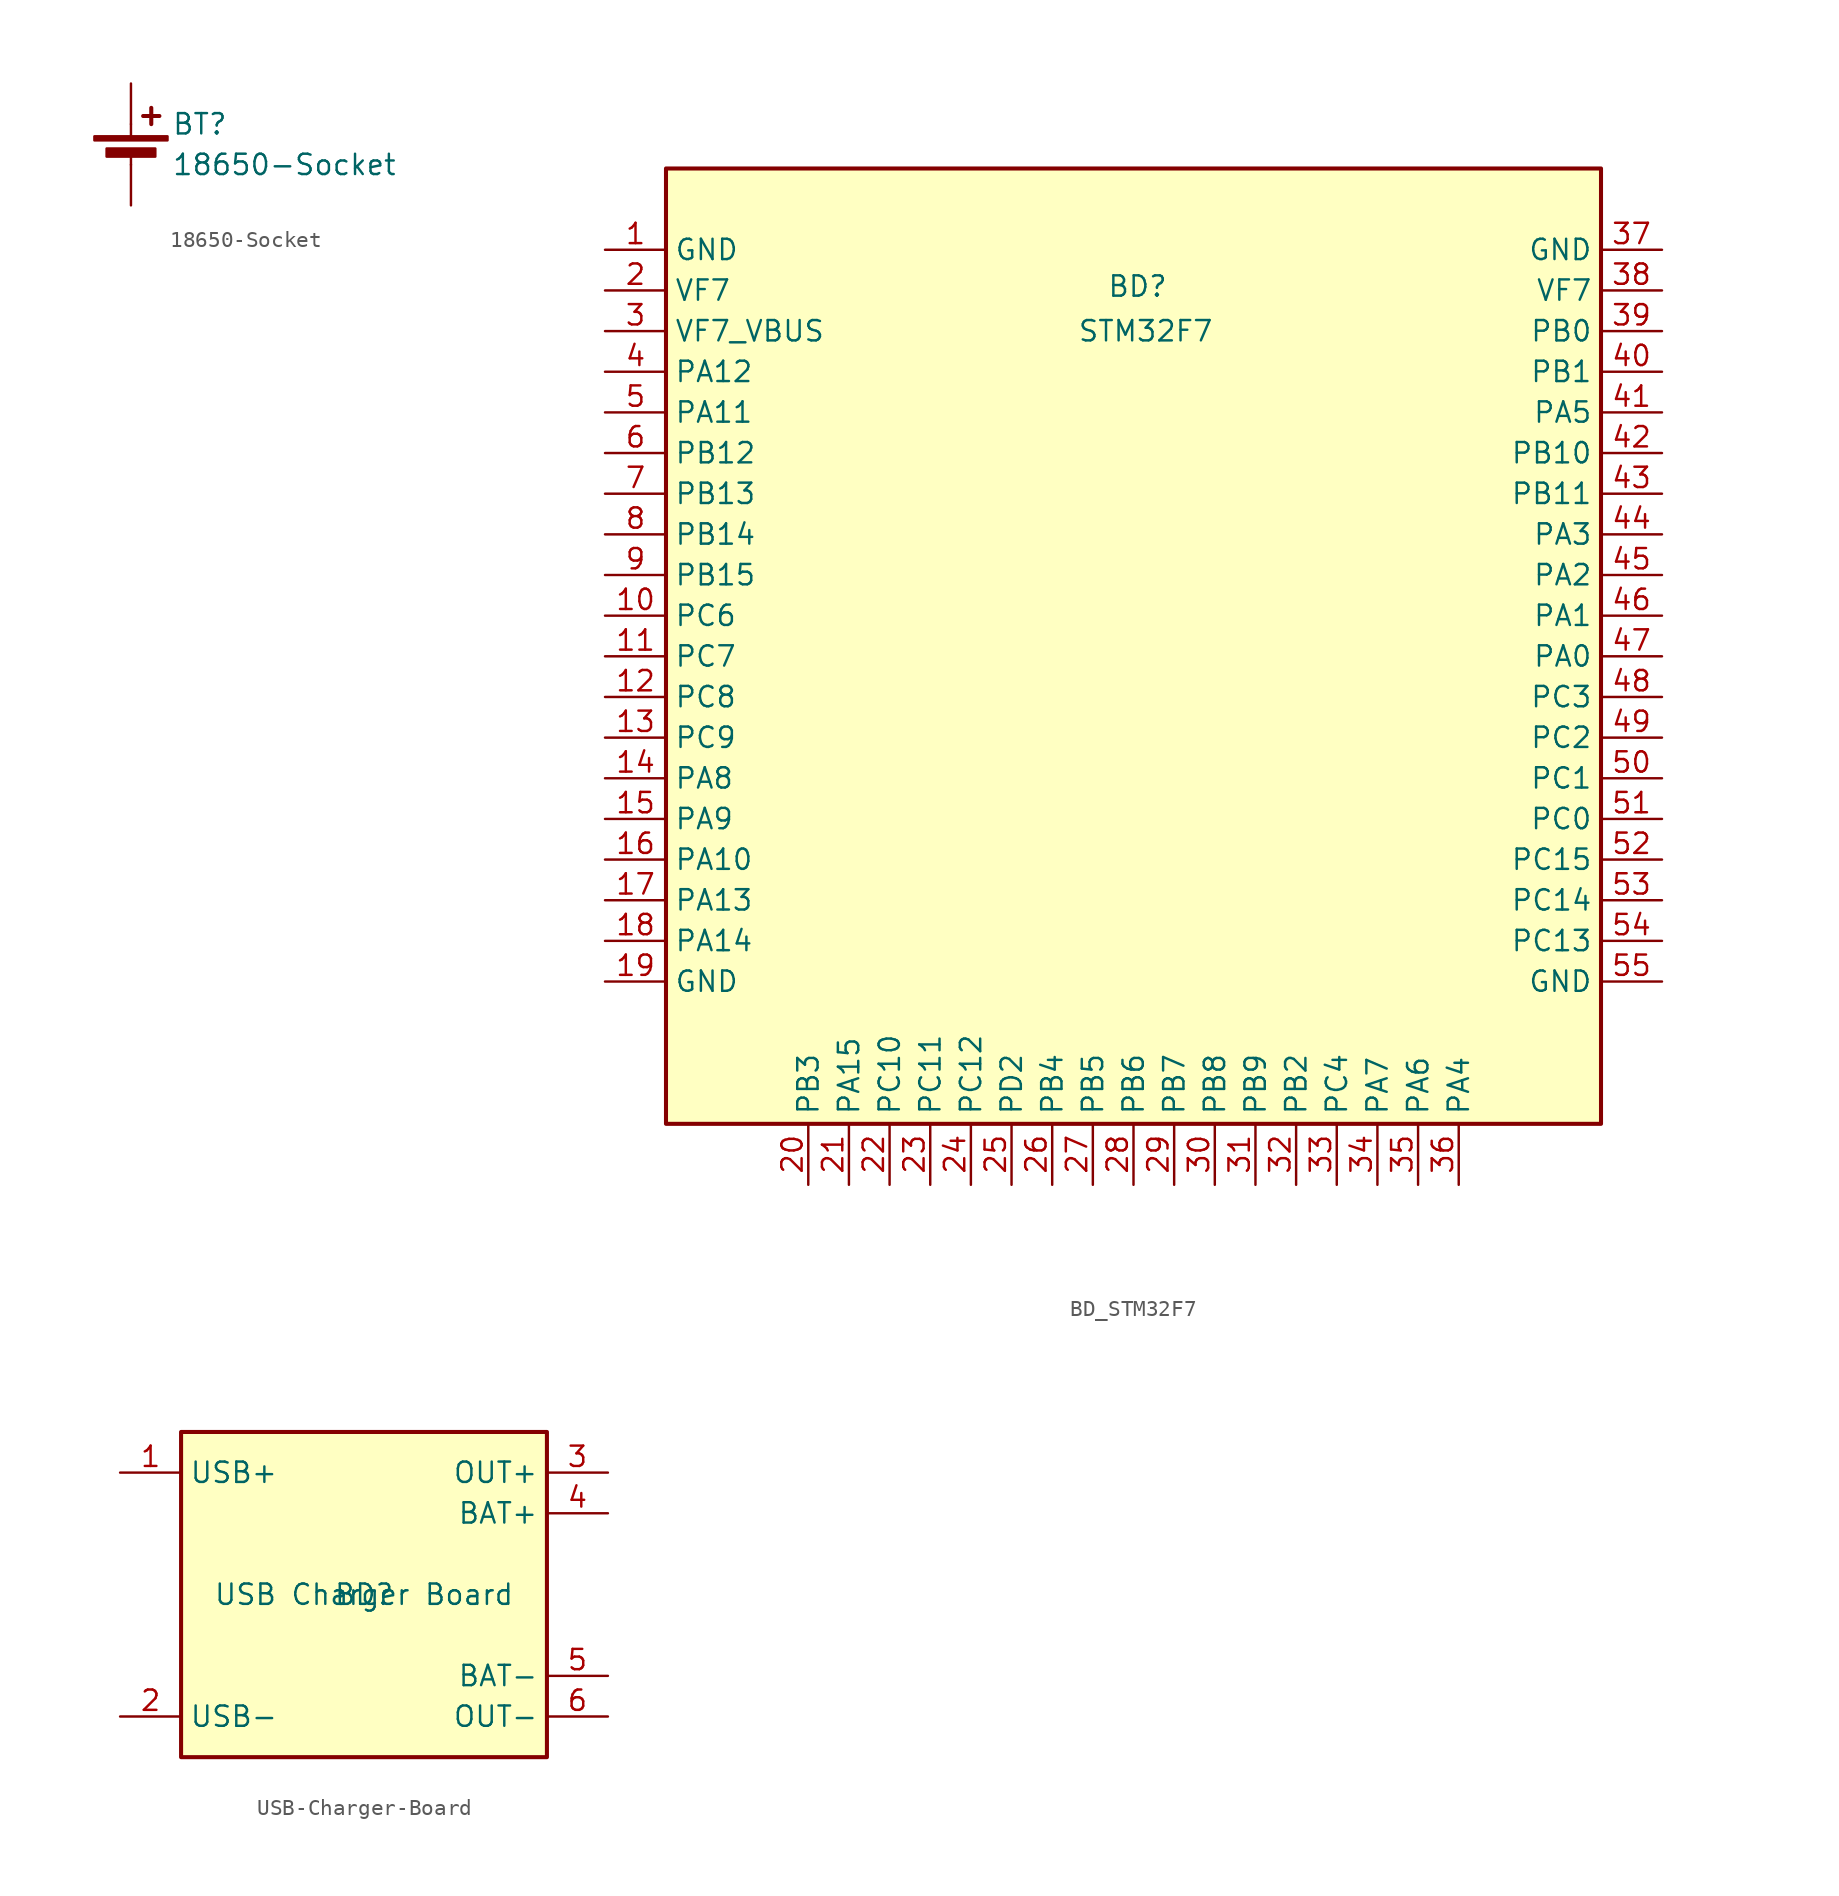
<source format=kicad_sym>
(kicad_symbol_lib
  (version 20231120)
  (generator "kicad_symbol_editor")
  (generator_version "8.0")
  (symbol "18650-Socket"
    (pin_numbers hide)
    (pin_names
      (offset 0) hide)
    (property "Reference" "BT"
      (at 2.54 2.54 0)
      (effects (font (size 1.27 1.27)) (justify left)))
    (property "Value" "18650-Socket"
      (at 2.54 0 0)
      (effects (font (size 1.27 1.27)) (justify left)))
    (symbol "18650-Socket_0_1"
      (rectangle (start -2.286 1.778) (end 2.286 1.524) (stroke (width 0) (type default)) (fill (type outline)))
      (rectangle (start -1.524 1.016) (end 1.524 0.508) (stroke (width 0) (type default)) (fill (type outline)))
      (polyline (pts (xy 0 0.762) (xy 0 0)) (stroke (width 0) (type default)) (fill (type none)))
      (polyline (pts (xy 0 1.778) (xy 0 2.54)) (stroke (width 0) (type default)) (fill (type none)))
      (polyline (pts (xy 0.762 3.048) (xy 1.778 3.048)) (stroke (width 0.254) (type default)) (fill (type none)))
      (polyline (pts (xy 1.27 3.556) (xy 1.27 2.54)) (stroke (width 0.254) (type default)) (fill (type none))))
    (symbol "18650-Socket_1_1"
      (pin passive line (at 0 5.08 270) (length 2.54) (name "+" (effects (font (size 1.27 1.27)))) (number "1" (effects (font (size 1.27 1.27)))))
      (pin passive line (at 0 -2.54 90) (length 2.54) (name "-" (effects (font (size 1.27 1.27)))) (number "2" (effects (font (size 1.27 1.27)))))))
  (symbol "BD_STM32F7"
    (property "Reference" "BD"
      (at 33.274 56.134 0)
      (effects (font (size 1.27 1.27))))
    (property "Value" "STM32F7"
      (at 33.782 53.34 0)
      (effects (font (size 1.27 1.27))))
    (symbol "BD_STM32F7_1_1"
      (rectangle (start 3.81 63.5) (end 62.23 3.81) (stroke (width 0.254) (type default)) (fill (type background)))
      (pin passive line (at 0 58.42 0) (length 3.81) (name "GND" (effects (font (size 1.27 1.27)))) (number "1" (effects (font (size 1.27 1.27)))))
      (pin passive line (at 0 35.56 0) (length 3.81) (name "PC6" (effects (font (size 1.27 1.27)))) (number "10" (effects (font (size 1.27 1.27)))))
      (pin passive line (at 0 33.02 0) (length 3.81) (name "PC7" (effects (font (size 1.27 1.27)))) (number "11" (effects (font (size 1.27 1.27)))))
      (pin passive line (at 0 30.48 0) (length 3.81) (name "PC8" (effects (font (size 1.27 1.27)))) (number "12" (effects (font (size 1.27 1.27)))))
      (pin passive line (at 0 27.94 0) (length 3.81) (name "PC9" (effects (font (size 1.27 1.27)))) (number "13" (effects (font (size 1.27 1.27)))))
      (pin passive line (at 0 25.4 0) (length 3.81) (name "PA8" (effects (font (size 1.27 1.27)))) (number "14" (effects (font (size 1.27 1.27)))))
      (pin passive line (at 0 22.86 0) (length 3.81) (name "PA9" (effects (font (size 1.27 1.27)))) (number "15" (effects (font (size 1.27 1.27)))))
      (pin passive line (at 0 20.32 0) (length 3.81) (name "PA10" (effects (font (size 1.27 1.27)))) (number "16" (effects (font (size 1.27 1.27)))))
      (pin passive line (at 0 17.78 0) (length 3.81) (name "PA13" (effects (font (size 1.27 1.27)))) (number "17" (effects (font (size 1.27 1.27)))))
      (pin passive line (at 0 15.24 0) (length 3.81) (name "PA14" (effects (font (size 1.27 1.27)))) (number "18" (effects (font (size 1.27 1.27)))))
      (pin passive line (at 0 12.7 0) (length 3.81) (name "GND" (effects (font (size 1.27 1.27)))) (number "19" (effects (font (size 1.27 1.27)))))
      (pin passive line (at 0 55.88 0) (length 3.81) (name "VF7" (effects (font (size 1.27 1.27)))) (number "2" (effects (font (size 1.27 1.27)))))
      (pin passive line (at 12.7 0 90) (length 3.81) (name "PB3" (effects (font (size 1.27 1.27)))) (number "20" (effects (font (size 1.27 1.27)))))
      (pin passive line (at 15.24 0 90) (length 3.81) (name "PA15" (effects (font (size 1.27 1.27)))) (number "21" (effects (font (size 1.27 1.27)))))
      (pin passive line (at 17.78 0 90) (length 3.81) (name "PC10" (effects (font (size 1.27 1.27)))) (number "22" (effects (font (size 1.27 1.27)))))
      (pin passive line (at 20.32 0 90) (length 3.81) (name "PC11" (effects (font (size 1.27 1.27)))) (number "23" (effects (font (size 1.27 1.27)))))
      (pin passive line (at 22.86 0 90) (length 3.81) (name "PC12" (effects (font (size 1.27 1.27)))) (number "24" (effects (font (size 1.27 1.27)))))
      (pin passive line (at 25.4 0 90) (length 3.81) (name "PD2" (effects (font (size 1.27 1.27)))) (number "25" (effects (font (size 1.27 1.27)))))
      (pin passive line (at 27.94 0 90) (length 3.81) (name "PB4" (effects (font (size 1.27 1.27)))) (number "26" (effects (font (size 1.27 1.27)))))
      (pin passive line (at 30.48 0 90) (length 3.81) (name "PB5" (effects (font (size 1.27 1.27)))) (number "27" (effects (font (size 1.27 1.27)))))
      (pin passive line (at 33.02 0 90) (length 3.81) (name "PB6" (effects (font (size 1.27 1.27)))) (number "28" (effects (font (size 1.27 1.27)))))
      (pin passive line (at 35.56 0 90) (length 3.81) (name "PB7" (effects (font (size 1.27 1.27)))) (number "29" (effects (font (size 1.27 1.27)))))
      (pin passive line (at 0 53.34 0) (length 3.81) (name "VF7_VBUS" (effects (font (size 1.27 1.27)))) (number "3" (effects (font (size 1.27 1.27)))))
      (pin passive line (at 38.1 0 90) (length 3.81) (name "PB8" (effects (font (size 1.27 1.27)))) (number "30" (effects (font (size 1.27 1.27)))))
      (pin passive line (at 40.64 0 90) (length 3.81) (name "PB9" (effects (font (size 1.27 1.27)))) (number "31" (effects (font (size 1.27 1.27)))))
      (pin passive line (at 43.18 0 90) (length 3.81) (name "PB2" (effects (font (size 1.27 1.27)))) (number "32" (effects (font (size 1.27 1.27)))))
      (pin passive line (at 45.72 0 90) (length 3.81) (name "PC4" (effects (font (size 1.27 1.27)))) (number "33" (effects (font (size 1.27 1.27)))))
      (pin passive line (at 48.26 0 90) (length 3.81) (name "PA7" (effects (font (size 1.27 1.27)))) (number "34" (effects (font (size 1.27 1.27)))))
      (pin passive line (at 50.8 0 90) (length 3.81) (name "PA6" (effects (font (size 1.27 1.27)))) (number "35" (effects (font (size 1.27 1.27)))))
      (pin passive line (at 53.34 0 90) (length 3.81) (name "PA4" (effects (font (size 1.27 1.27)))) (number "36" (effects (font (size 1.27 1.27)))))
      (pin passive line (at 66.04 58.42 180) (length 3.81) (name "GND" (effects (font (size 1.27 1.27)))) (number "37" (effects (font (size 1.27 1.27)))))
      (pin passive line (at 66.04 55.88 180) (length 3.81) (name "VF7" (effects (font (size 1.27 1.27)))) (number "38" (effects (font (size 1.27 1.27)))))
      (pin passive line (at 66.04 53.34 180) (length 3.81) (name "PB0" (effects (font (size 1.27 1.27)))) (number "39" (effects (font (size 1.27 1.27)))))
      (pin passive line (at 0 50.8 0) (length 3.81) (name "PA12" (effects (font (size 1.27 1.27)))) (number "4" (effects (font (size 1.27 1.27)))))
      (pin passive line (at 66.04 50.8 180) (length 3.81) (name "PB1" (effects (font (size 1.27 1.27)))) (number "40" (effects (font (size 1.27 1.27)))))
      (pin passive line (at 66.04 48.26 180) (length 3.81) (name "PA5" (effects (font (size 1.27 1.27)))) (number "41" (effects (font (size 1.27 1.27)))))
      (pin passive line (at 66.04 45.72 180) (length 3.81) (name "PB10" (effects (font (size 1.27 1.27)))) (number "42" (effects (font (size 1.27 1.27)))))
      (pin passive line (at 66.04 43.18 180) (length 3.81) (name "PB11" (effects (font (size 1.27 1.27)))) (number "43" (effects (font (size 1.27 1.27)))))
      (pin passive line (at 66.04 40.64 180) (length 3.81) (name "PA3" (effects (font (size 1.27 1.27)))) (number "44" (effects (font (size 1.27 1.27)))))
      (pin passive line (at 66.04 38.1 180) (length 3.81) (name "PA2" (effects (font (size 1.27 1.27)))) (number "45" (effects (font (size 1.27 1.27)))))
      (pin passive line (at 66.04 35.56 180) (length 3.81) (name "PA1" (effects (font (size 1.27 1.27)))) (number "46" (effects (font (size 1.27 1.27)))))
      (pin passive line (at 66.04 33.02 180) (length 3.81) (name "PA0" (effects (font (size 1.27 1.27)))) (number "47" (effects (font (size 1.27 1.27)))))
      (pin passive line (at 66.04 30.48 180) (length 3.81) (name "PC3" (effects (font (size 1.27 1.27)))) (number "48" (effects (font (size 1.27 1.27)))))
      (pin passive line (at 66.04 27.94 180) (length 3.81) (name "PC2" (effects (font (size 1.27 1.27)))) (number "49" (effects (font (size 1.27 1.27)))))
      (pin passive line (at 0 48.26 0) (length 3.81) (name "PA11" (effects (font (size 1.27 1.27)))) (number "5" (effects (font (size 1.27 1.27)))))
      (pin passive line (at 66.04 25.4 180) (length 3.81) (name "PC1" (effects (font (size 1.27 1.27)))) (number "50" (effects (font (size 1.27 1.27)))))
      (pin passive line (at 66.04 22.86 180) (length 3.81) (name "PC0" (effects (font (size 1.27 1.27)))) (number "51" (effects (font (size 1.27 1.27)))))
      (pin passive line (at 66.04 20.32 180) (length 3.81) (name "PC15" (effects (font (size 1.27 1.27)))) (number "52" (effects (font (size 1.27 1.27)))))
      (pin passive line (at 66.04 17.78 180) (length 3.81) (name "PC14" (effects (font (size 1.27 1.27)))) (number "53" (effects (font (size 1.27 1.27)))))
      (pin passive line (at 66.04 15.24 180) (length 3.81) (name "PC13" (effects (font (size 1.27 1.27)))) (number "54" (effects (font (size 1.27 1.27)))))
      (pin passive line (at 66.04 12.7 180) (length 3.81) (name "GND" (effects (font (size 1.27 1.27)))) (number "55" (effects (font (size 1.27 1.27)))))
      (pin passive line (at 0 45.72 0) (length 3.81) (name "PB12" (effects (font (size 1.27 1.27)))) (number "6" (effects (font (size 1.27 1.27)))))
      (pin passive line (at 0 43.18 0) (length 3.81) (name "PB13" (effects (font (size 1.27 1.27)))) (number "7" (effects (font (size 1.27 1.27)))))
      (pin passive line (at 0 40.64 0) (length 3.81) (name "PB14" (effects (font (size 1.27 1.27)))) (number "8" (effects (font (size 1.27 1.27)))))
      (pin passive line (at 0 38.1 0) (length 3.81) (name "PB15" (effects (font (size 1.27 1.27)))) (number "9" (effects (font (size 1.27 1.27)))))))
  (symbol "USB-Charger-Board"
    (property "Reference" "BD"
      (at 0 0 0)
      (effects (font (size 1.27 1.27))))
    (property "Value" "USB Charger Board"
      (at 0 0 0)
      (effects (font (size 1.27 1.27))))
    (symbol "USB-Charger-Board_1_1"
      (rectangle (start -11.43 10.16) (end 11.43 -10.16) (stroke (width 0.254) (type default)) (fill (type background)))
      (pin power_in line (at -15.24 7.62 0) (length 3.81) (name "USB+" (effects (font (size 1.27 1.27)))) (number "1" (effects (font (size 1.27 1.27)))))
      (pin power_in line (at -15.24 -7.62 0) (length 3.81) (name "USB-" (effects (font (size 1.27 1.27)))) (number "2" (effects (font (size 1.27 1.27)))))
      (pin power_out line (at 15.24 7.62 180) (length 3.81) (name "OUT+" (effects (font (size 1.27 1.27)))) (number "3" (effects (font (size 1.27 1.27)))))
      (pin power_in line (at 15.24 5.08 180) (length 3.81) (name "BAT+" (effects (font (size 1.27 1.27)))) (number "4" (effects (font (size 1.27 1.27)))))
      (pin power_in line (at 15.24 -5.08 180) (length 3.81) (name "BAT-" (effects (font (size 1.27 1.27)))) (number "5" (effects (font (size 1.27 1.27)))))
      (pin power_out line (at 15.24 -7.62 180) (length 3.81) (name "OUT-" (effects (font (size 1.27 1.27)))) (number "6" (effects (font (size 1.27 1.27))))))))
</source>
